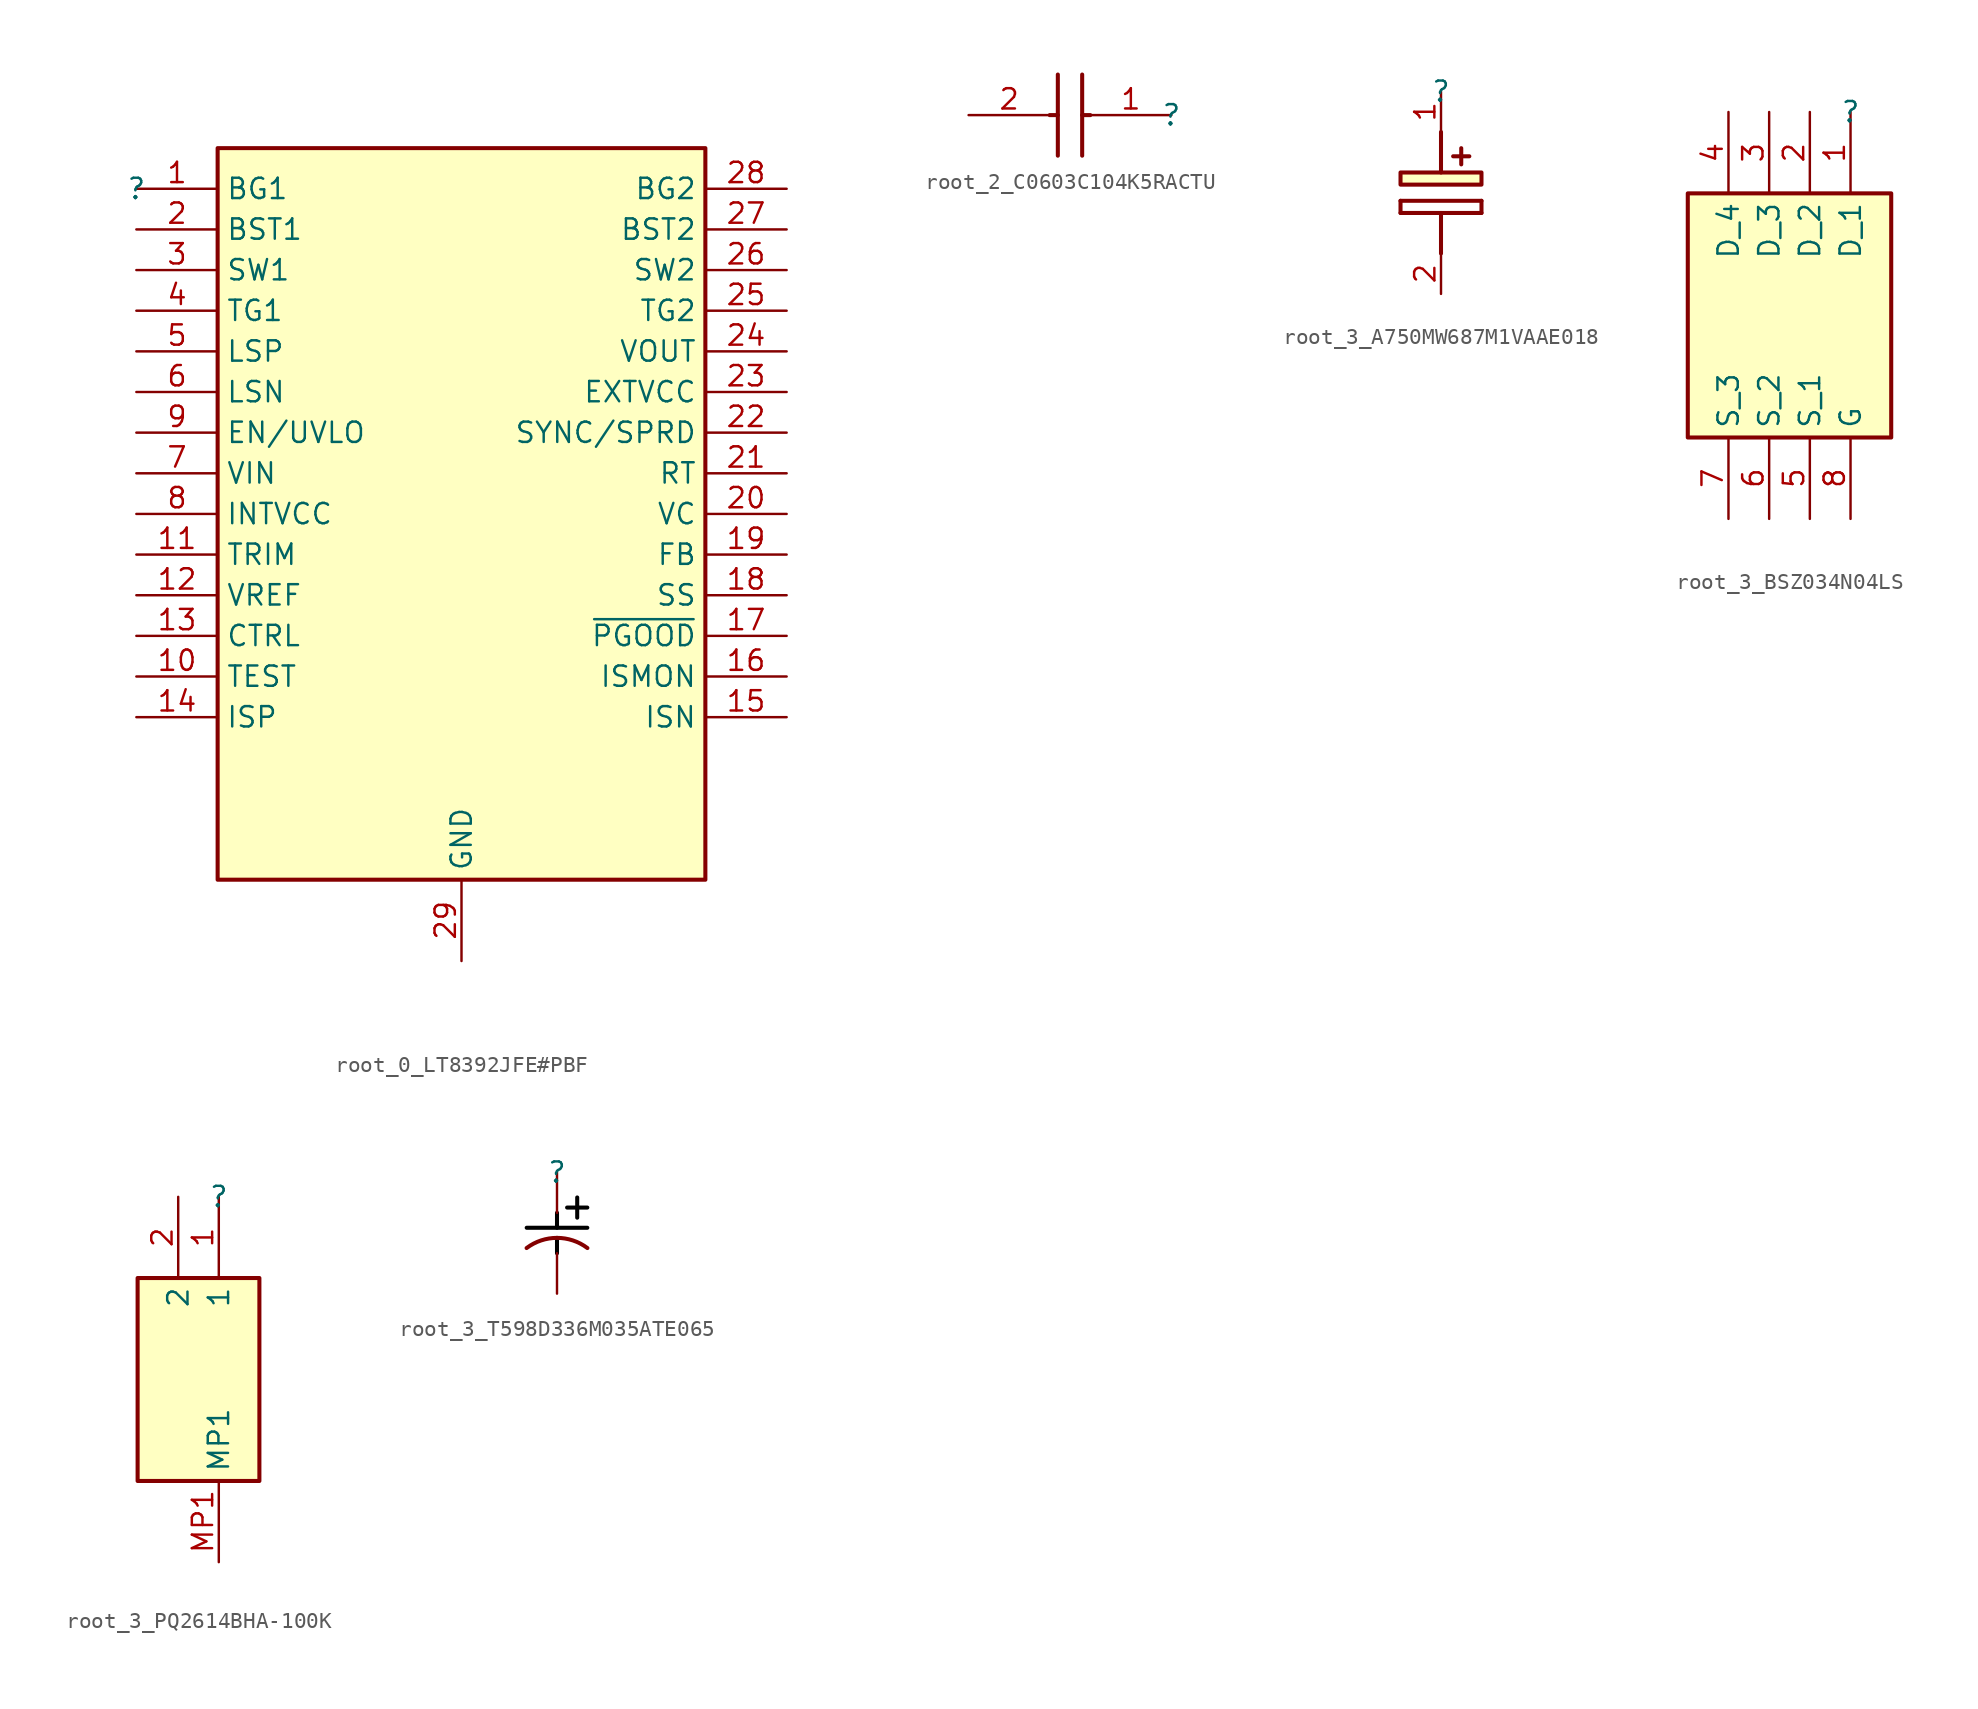
<source format=kicad_sym>
(kicad_symbol_lib
  (version 20220914)
  (generator kicad_symbol_editor)
  (symbol "root_0_LT8392JFE#PBF"
    (property "Reference" ""
      (at 0 0 0)
      (effects (font (size 1.27 1.27))))
    (property "Value" ""
      (at 0 0 0)
      (effects (font (size 1.27 1.27))))
    (symbol "root_0_LT8392JFE#PBF_1_0"
      (rectangle (start 35.56 2.54) (end 5.08 -43.18) (stroke (width 0.254) (type solid)) (fill (type background)))
      (pin passive line (at 0 0 0) (length 5.08) (name "BG1" (effects (font (size 1.27 1.27)))) (number "1" (effects (font (size 1.27 1.27)))))
      (pin passive line (at 0 -30.48 0) (length 5.08) (name "TEST" (effects (font (size 1.27 1.27)))) (number "10" (effects (font (size 1.27 1.27)))))
      (pin passive line (at 0 -22.86 0) (length 5.08) (name "TRIM" (effects (font (size 1.27 1.27)))) (number "11" (effects (font (size 1.27 1.27)))))
      (pin passive line (at 0 -25.4 0) (length 5.08) (name "VREF" (effects (font (size 1.27 1.27)))) (number "12" (effects (font (size 1.27 1.27)))))
      (pin passive line (at 0 -27.94 0) (length 5.08) (name "CTRL" (effects (font (size 1.27 1.27)))) (number "13" (effects (font (size 1.27 1.27)))))
      (pin passive line (at 0 -33.02 0) (length 5.08) (name "ISP" (effects (font (size 1.27 1.27)))) (number "14" (effects (font (size 1.27 1.27)))))
      (pin passive line (at 40.64 -33.02 180) (length 5.08) (name "ISN" (effects (font (size 1.27 1.27)))) (number "15" (effects (font (size 1.27 1.27)))))
      (pin passive line (at 40.64 -30.48 180) (length 5.08) (name "ISMON" (effects (font (size 1.27 1.27)))) (number "16" (effects (font (size 1.27 1.27)))))
      (pin passive line (at 40.64 -27.94 180) (length 5.08) (name "~{PGOOD}" (effects (font (size 1.27 1.27)))) (number "17" (effects (font (size 1.27 1.27)))))
      (pin passive line (at 40.64 -25.4 180) (length 5.08) (name "SS" (effects (font (size 1.27 1.27)))) (number "18" (effects (font (size 1.27 1.27)))))
      (pin passive line (at 40.64 -22.86 180) (length 5.08) (name "FB" (effects (font (size 1.27 1.27)))) (number "19" (effects (font (size 1.27 1.27)))))
      (pin passive line (at 0 -2.54 0) (length 5.08) (name "BST1" (effects (font (size 1.27 1.27)))) (number "2" (effects (font (size 1.27 1.27)))))
      (pin passive line (at 40.64 -20.32 180) (length 5.08) (name "VC" (effects (font (size 1.27 1.27)))) (number "20" (effects (font (size 1.27 1.27)))))
      (pin passive line (at 40.64 -17.78 180) (length 5.08) (name "RT" (effects (font (size 1.27 1.27)))) (number "21" (effects (font (size 1.27 1.27)))))
      (pin passive line (at 40.64 -15.24 180) (length 5.08) (name "SYNC/SPRD" (effects (font (size 1.27 1.27)))) (number "22" (effects (font (size 1.27 1.27)))))
      (pin passive line (at 40.64 -12.7 180) (length 5.08) (name "EXTVCC" (effects (font (size 1.27 1.27)))) (number "23" (effects (font (size 1.27 1.27)))))
      (pin passive line (at 40.64 -10.16 180) (length 5.08) (name "VOUT" (effects (font (size 1.27 1.27)))) (number "24" (effects (font (size 1.27 1.27)))))
      (pin passive line (at 40.64 -7.62 180) (length 5.08) (name "TG2" (effects (font (size 1.27 1.27)))) (number "25" (effects (font (size 1.27 1.27)))))
      (pin passive line (at 40.64 -5.08 180) (length 5.08) (name "SW2" (effects (font (size 1.27 1.27)))) (number "26" (effects (font (size 1.27 1.27)))))
      (pin passive line (at 40.64 -2.54 180) (length 5.08) (name "BST2" (effects (font (size 1.27 1.27)))) (number "27" (effects (font (size 1.27 1.27)))))
      (pin passive line (at 40.64 0 180) (length 5.08) (name "BG2" (effects (font (size 1.27 1.27)))) (number "28" (effects (font (size 1.27 1.27)))))
      (pin passive line (at 20.32 -48.26 90) (length 5.08) (name "GND" (effects (font (size 1.27 1.27)))) (number "29" (effects (font (size 1.27 1.27)))))
      (pin passive line (at 0 -5.08 0) (length 5.08) (name "SW1" (effects (font (size 1.27 1.27)))) (number "3" (effects (font (size 1.27 1.27)))))
      (pin passive line (at 0 -7.62 0) (length 5.08) (name "TG1" (effects (font (size 1.27 1.27)))) (number "4" (effects (font (size 1.27 1.27)))))
      (pin passive line (at 0 -10.16 0) (length 5.08) (name "LSP" (effects (font (size 1.27 1.27)))) (number "5" (effects (font (size 1.27 1.27)))))
      (pin passive line (at 0 -12.7 0) (length 5.08) (name "LSN" (effects (font (size 1.27 1.27)))) (number "6" (effects (font (size 1.27 1.27)))))
      (pin passive line (at 0 -17.78 0) (length 5.08) (name "VIN" (effects (font (size 1.27 1.27)))) (number "7" (effects (font (size 1.27 1.27)))))
      (pin passive line (at 0 -20.32 0) (length 5.08) (name "INTVCC" (effects (font (size 1.27 1.27)))) (number "8" (effects (font (size 1.27 1.27)))))
      (pin passive line (at 0 -15.24 0) (length 5.08) (name "EN/UVLO" (effects (font (size 1.27 1.27)))) (number "9" (effects (font (size 1.27 1.27)))))))
  (symbol "root_2_C0603C104K5RACTU"
    (property "Reference" ""
      (at 0 0 0)
      (effects (font (size 1.27 1.27))))
    (property "Value" ""
      (at 0 0 0)
      (effects (font (size 1.27 1.27))))
    (symbol "root_2_C0603C104K5RACTU_1_0"
      (polyline (pts (xy -7.112 -2.54) (xy -7.112 2.54)) (stroke (width 0.254) (type solid)) (fill (type none)))
      (polyline (pts (xy -7.112 0) (xy -7.62 0)) (stroke (width 0.254) (type solid)) (fill (type none)))
      (polyline (pts (xy -5.588 -2.54) (xy -5.588 2.54)) (stroke (width 0.254) (type solid)) (fill (type none)))
      (polyline (pts (xy -5.08 0) (xy -5.588 0)) (stroke (width 0.254) (type solid)) (fill (type none)))
      (pin passive line (at 0 0 180) (length 5.08) (name "1" (effects (font (size 0 0)))) (number "1" (effects (font (size 1.27 1.27)))))
      (pin passive line (at -12.7 0 0) (length 5.08) (name "2" (effects (font (size 0 0)))) (number "2" (effects (font (size 1.27 1.27)))))))
  (symbol "root_3_A750MW687M1VAAE018"
    (property "Reference" ""
      (at 0 0 0)
      (effects (font (size 1.27 1.27))))
    (property "Value" ""
      (at 0 0 0)
      (effects (font (size 1.27 1.27))))
    (symbol "root_3_A750MW687M1VAAE018_1_0"
      (polyline (pts (xy -2.54 -7.62) (xy -2.54 -6.858)) (stroke (width 0.254) (type solid)) (fill (type none)))
      (polyline (pts (xy -2.54 -6.858) (xy 2.54 -6.858)) (stroke (width 0.254) (type solid)) (fill (type none)))
      (polyline (pts (xy 0 -7.62) (xy 0 -10.16)) (stroke (width 0.254) (type solid)) (fill (type none)))
      (polyline (pts (xy 0 -2.54) (xy 0 -5.08)) (stroke (width 0.254) (type solid)) (fill (type none)))
      (polyline (pts (xy 1.27 -4.572) (xy 1.27 -3.556)) (stroke (width 0.254) (type solid)) (fill (type none)))
      (polyline (pts (xy 1.778 -4.064) (xy 0.762 -4.064)) (stroke (width 0.254) (type solid)) (fill (type none)))
      (polyline (pts (xy 2.54 -7.62) (xy -2.54 -7.62)) (stroke (width 0.254) (type solid)) (fill (type none)))
      (polyline (pts (xy 2.54 -6.858) (xy 2.54 -7.62)) (stroke (width 0.254) (type solid)) (fill (type none)))
      (rectangle (start 2.54 -5.08) (end -2.54 -5.842) (stroke (width 0.254) (type solid)) (fill (type background)))
      (pin passive line (at 0 0 270) (length 2.54) (name "+" (effects (font (size 0 0)))) (number "1" (effects (font (size 1.27 1.27)))))
      (pin passive line (at 0 -12.7 90) (length 2.54) (name "-" (effects (font (size 0 0)))) (number "2" (effects (font (size 1.27 1.27)))))))
  (symbol "root_3_BSZ034N04LS"
    (property "Reference" ""
      (at 0 0 0)
      (effects (font (size 1.27 1.27))))
    (property "Value" ""
      (at 0 0 0)
      (effects (font (size 1.27 1.27))))
    (symbol "root_3_BSZ034N04LS_1_0"
      (rectangle (start 2.54 -5.08) (end -10.16 -20.32) (stroke (width 0.254) (type solid)) (fill (type background)))
      (pin passive line (at 0 0 270) (length 5.08) (name "D_1" (effects (font (size 1.27 1.27)))) (number "1" (effects (font (size 1.27 1.27)))))
      (pin passive line (at -2.54 0 270) (length 5.08) (name "D_2" (effects (font (size 1.27 1.27)))) (number "2" (effects (font (size 1.27 1.27)))))
      (pin passive line (at -5.08 0 270) (length 5.08) (name "D_3" (effects (font (size 1.27 1.27)))) (number "3" (effects (font (size 1.27 1.27)))))
      (pin passive line (at -7.62 0 270) (length 5.08) (name "D_4" (effects (font (size 1.27 1.27)))) (number "4" (effects (font (size 1.27 1.27)))))
      (pin passive line (at -2.54 -25.4 90) (length 5.08) (name "S_1" (effects (font (size 1.27 1.27)))) (number "5" (effects (font (size 1.27 1.27)))))
      (pin passive line (at -5.08 -25.4 90) (length 5.08) (name "S_2" (effects (font (size 1.27 1.27)))) (number "6" (effects (font (size 1.27 1.27)))))
      (pin passive line (at -7.62 -25.4 90) (length 5.08) (name "S_3" (effects (font (size 1.27 1.27)))) (number "7" (effects (font (size 1.27 1.27)))))
      (pin passive line (at 0 -25.4 90) (length 5.08) (name "G" (effects (font (size 1.27 1.27)))) (number "8" (effects (font (size 1.27 1.27)))))))
  (symbol "root_3_PQ2614BHA-100K"
    (property "Reference" ""
      (at 0 0 0)
      (effects (font (size 1.27 1.27))))
    (property "Value" ""
      (at 0 0 0)
      (effects (font (size 1.27 1.27))))
    (symbol "root_3_PQ2614BHA-100K_1_0"
      (rectangle (start 2.54 -5.08) (end -5.08 -17.78) (stroke (width 0.254) (type solid)) (fill (type background)))
      (pin passive line (at 0 0 270) (length 5.08) (name "1" (effects (font (size 1.27 1.27)))) (number "1" (effects (font (size 1.27 1.27)))))
      (pin passive line (at -2.54 0 270) (length 5.08) (name "2" (effects (font (size 1.27 1.27)))) (number "2" (effects (font (size 1.27 1.27)))))
      (pin passive line (at 0 -22.86 90) (length 5.08) (name "MP1" (effects (font (size 1.27 1.27)))) (number "MP1" (effects (font (size 1.27 1.27)))))))
  (symbol "root_3_T598D336M035ATE065"
    (property "Reference" ""
      (at 0 0 0)
      (effects (font (size 1.27 1.27))))
    (property "Value" ""
      (at 0 0 0)
      (effects (font (size 1.27 1.27))))
    (symbol "root_3_T598D336M035ATE065_1_0"
      (polyline (pts (xy -1.905 -3.48) (xy 1.905 -3.48)) (stroke (width 0.254) (type solid) (color 0 0 0 1)) (fill (type none)))
      (polyline (pts (xy 0 -4.115) (xy 0 -5.08)) (stroke (width 0.254) (type solid) (color 0 0 0 1)) (fill (type none)))
      (polyline (pts (xy 0 -2.54) (xy 0 -3.48)) (stroke (width 0.254) (type solid) (color 0 0 0 1)) (fill (type none)))
      (polyline (pts (xy 0.635 -2.21) (xy 1.905 -2.21)) (stroke (width 0.254) (type solid) (color 0 0 0 1)) (fill (type none)))
      (polyline (pts (xy 1.27 -1.575) (xy 1.27 -2.845)) (stroke (width 0.254) (type solid) (color 0 0 0 1)) (fill (type none)))
      (arc (start 1.9108 -4.7543) (mid 0 -4.115) (end -1.9108 -4.7543) (stroke (width 0.254) (type solid)) (fill (type none)))
      (pin passive line (at 0 0 270) (length 2.54) (name "1" (effects (font (size 0 0)))) (number "1" (effects (font (size 0 0)))))
      (pin passive line (at 0 -7.62 90) (length 2.54) (name "2" (effects (font (size 0 0)))) (number "2" (effects (font (size 0 0))))))))
</source>
